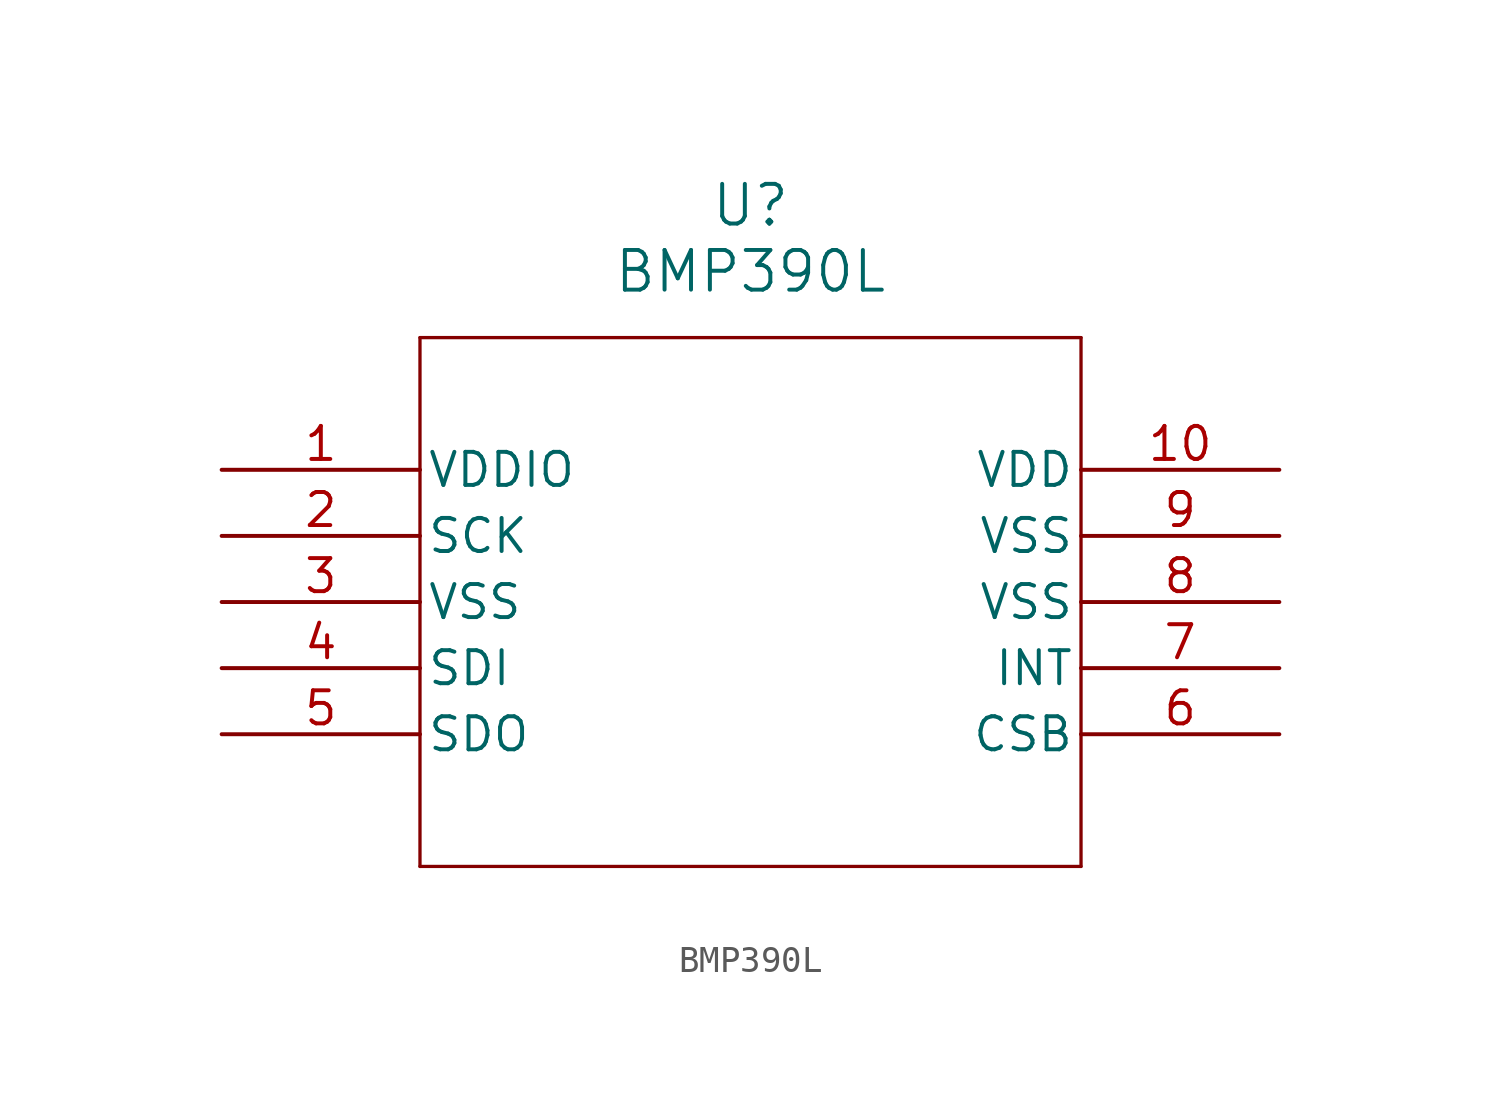
<source format=kicad_sym>
(kicad_symbol_lib
  (version 20211014)
  (generator kicad_symbol_editor)
  (symbol "BMP390L"
    (pin_names
      (offset 0.254))
    (property "Reference" "U"
      (at 20.32 10.16 0)
      (effects (font (size 1.524 1.524))))
    (property "Value" "BMP390L"
      (at 20.32 7.62 0)
      (effects (font (size 1.524 1.524))))
    (symbol "BMP390L_0_1"
      (polyline (pts (xy 7.62 5.08) (xy 7.62 -15.24)) (stroke (width 0.127) (type default) (color 0 0 0 0)) (fill (type none)))
      (polyline (pts (xy 7.62 -15.24) (xy 33.02 -15.24)) (stroke (width 0.127) (type default) (color 0 0 0 0)) (fill (type none)))
      (polyline (pts (xy 33.02 -15.24) (xy 33.02 5.08)) (stroke (width 0.127) (type default) (color 0 0 0 0)) (fill (type none)))
      (polyline (pts (xy 33.02 5.08) (xy 7.62 5.08)) (stroke (width 0.127) (type default) (color 0 0 0 0)) (fill (type none)))
      (pin power_in line (at 0 0 0) (length 7.62) (name "VDDIO" (effects (font (size 1.27 1.27)))) (number "1" (effects (font (size 1.27 1.27)))))
      (pin input line (at 0 -2.54 0) (length 7.62) (name "SCK" (effects (font (size 1.27 1.27)))) (number "2" (effects (font (size 1.27 1.27)))))
      (pin power_out line (at 0 -5.08 0) (length 7.62) (name "VSS" (effects (font (size 1.27 1.27)))) (number "3" (effects (font (size 1.27 1.27)))))
      (pin input line (at 0 -7.62 0) (length 7.62) (name "SDI" (effects (font (size 1.27 1.27)))) (number "4" (effects (font (size 1.27 1.27)))))
      (pin output line (at 0 -10.16 0) (length 7.62) (name "SDO" (effects (font (size 1.27 1.27)))) (number "5" (effects (font (size 1.27 1.27)))))
      (pin input line (at 40.64 -10.16 180) (length 7.62) (name "CSB" (effects (font (size 1.27 1.27)))) (number "6" (effects (font (size 1.27 1.27)))))
      (pin output line (at 40.64 -7.62 180) (length 7.62) (name "INT" (effects (font (size 1.27 1.27)))) (number "7" (effects (font (size 1.27 1.27)))))
      (pin power_out line (at 40.64 -5.08 180) (length 7.62) (name "VSS" (effects (font (size 1.27 1.27)))) (number "8" (effects (font (size 1.27 1.27)))))
      (pin power_out line (at 40.64 -2.54 180) (length 7.62) (name "VSS" (effects (font (size 1.27 1.27)))) (number "9" (effects (font (size 1.27 1.27)))))
      (pin power_in line (at 40.64 0 180) (length 7.62) (name "VDD" (effects (font (size 1.27 1.27)))) (number "10" (effects (font (size 1.27 1.27))))))))
</source>
